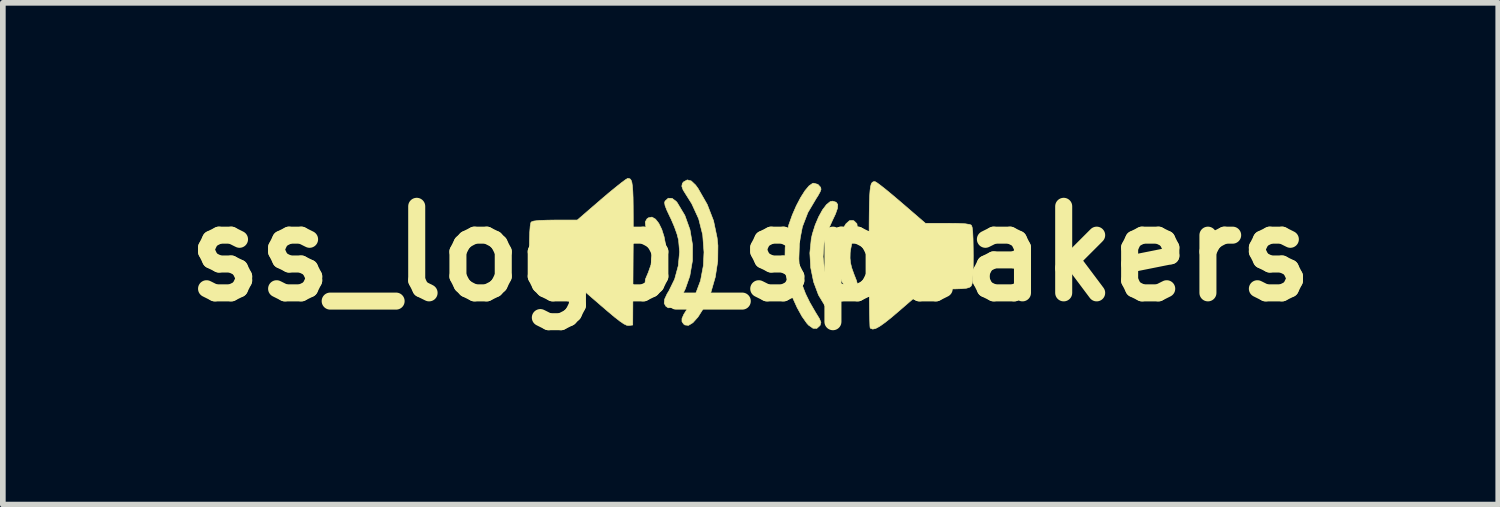
<source format=kicad_pcb>
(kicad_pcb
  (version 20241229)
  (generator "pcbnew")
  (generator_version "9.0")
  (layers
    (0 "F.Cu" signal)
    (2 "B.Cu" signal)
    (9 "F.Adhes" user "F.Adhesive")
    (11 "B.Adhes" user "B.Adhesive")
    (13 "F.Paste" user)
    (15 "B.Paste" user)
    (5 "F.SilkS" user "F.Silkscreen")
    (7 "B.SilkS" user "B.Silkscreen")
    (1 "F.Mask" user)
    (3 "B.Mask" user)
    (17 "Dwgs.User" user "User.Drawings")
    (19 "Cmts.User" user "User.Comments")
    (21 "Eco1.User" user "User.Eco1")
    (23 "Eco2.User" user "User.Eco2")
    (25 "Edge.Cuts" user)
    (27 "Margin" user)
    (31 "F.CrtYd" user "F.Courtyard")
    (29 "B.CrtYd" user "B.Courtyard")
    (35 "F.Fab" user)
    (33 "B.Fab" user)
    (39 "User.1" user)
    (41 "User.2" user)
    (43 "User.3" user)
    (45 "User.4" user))
  (footprint "ss_logo_speakers"
    (layer "F.Cu")
    (at 10.167 1.418)
    (property "Reference" "ss_logo_speakers" (at 0 0 0) (layer "F.SilkS") (effects (font (size 1.524 1.524) (thickness 0.3))))
    (attr through_hole)
    (fp_poly (pts (xy -1.673 -0.609) (xy -1.615 -0.535) (xy -1.563 -0.429) (xy -1.522 -0.3) (xy -1.495 -0.158) (xy -1.485 -0.009) (xy -1.495 0.136) (xy -1.498 0.155) (xy -1.534 0.306) (xy -1.585 0.434) (xy -1.645 0.532) (xy -1.709 0.595) (xy -1.773 0.615) (xy -1.828 0.588) (xy -1.859 0.53) (xy -1.851 0.45) (xy -1.804 0.339) (xy -1.8 0.33) (xy -1.753 0.196) (xy -1.733 0.032) (xy -1.739 -0.14) (xy -1.772 -0.298) (xy -1.801 -0.373) (xy -1.846 -0.483) (xy -1.854 -0.559) (xy -1.824 -0.613) (xy -1.799 -0.632) (xy -1.736 -0.645) (xy -1.673 -0.609)) (stroke (width 0.01) (type solid)) (fill yes) (layer "F.SilkS"))
    (fp_poly (pts (xy 1.827 -0.575) (xy 1.874 -0.528) (xy 1.882 -0.463) (xy 1.854 -0.368) (xy 1.831 -0.317) (xy 1.785 -0.19) (xy 1.758 -0.046) (xy 1.755 -0.014) (xy 1.753 0.078) (xy 1.761 0.16) (xy 1.782 0.249) (xy 1.822 0.361) (xy 1.866 0.473) (xy 1.888 0.554) (xy 1.875 0.612) (xy 1.873 0.615) (xy 1.821 0.66) (xy 1.755 0.671) (xy 1.702 0.644) (xy 1.701 0.643) (xy 1.605 0.482) (xy 1.543 0.289) (xy 1.516 0.08) (xy 1.527 -0.131) (xy 1.576 -0.33) (xy 1.615 -0.42) (xy 1.682 -0.528) (xy 1.744 -0.583) (xy 1.805 -0.586) (xy 1.827 -0.575)) (stroke (width 0.01) (type solid)) (fill yes) (layer "F.SilkS"))
    (fp_poly (pts (xy -1.381 -0.975) (xy -1.31 -0.922) (xy -1.29 -0.898) (xy -1.156 -0.674) (xy -1.066 -0.423) (xy -1.021 -0.155) (xy -1.022 0.12) (xy -1.069 0.393) (xy -1.148 0.619) (xy -1.228 0.779) (xy -1.306 0.889) (xy -1.381 0.948) (xy -1.449 0.953) (xy -1.49 0.926) (xy -1.52 0.873) (xy -1.513 0.802) (xy -1.468 0.705) (xy -1.438 0.657) (xy -1.336 0.448) (xy -1.272 0.212) (xy -1.249 -0.032) (xy -1.267 -0.24) (xy -1.294 -0.345) (xy -1.341 -0.476) (xy -1.398 -0.609) (xy -1.416 -0.645) (xy -1.473 -0.766) (xy -1.505 -0.848) (xy -1.513 -0.9) (xy -1.505 -0.927) (xy -1.449 -0.977) (xy -1.381 -0.975)) (stroke (width 0.01) (type solid)) (fill yes) (layer "F.SilkS"))
    (fp_poly (pts (xy 1.507 -0.907) (xy 1.536 -0.867) (xy 1.532 -0.801) (xy 1.497 -0.701) (xy 1.444 -0.589) (xy 1.386 -0.46) (xy 1.335 -0.326) (xy 1.301 -0.211) (xy 1.295 -0.183) (xy 1.278 0.053) (xy 1.305 0.297) (xy 1.374 0.531) (xy 1.467 0.714) (xy 1.528 0.824) (xy 1.55 0.903) (xy 1.535 0.962) (xy 1.518 0.982) (xy 1.454 1.014) (xy 1.383 0.992) (xy 1.315 0.923) (xy 1.197 0.727) (xy 1.111 0.496) (xy 1.06 0.246) (xy 1.045 -0.012) (xy 1.07 -0.262) (xy 1.089 -0.347) (xy 1.139 -0.506) (xy 1.201 -0.651) (xy 1.269 -0.774) (xy 1.339 -0.866) (xy 1.404 -0.918) (xy 1.446 -0.926) (xy 1.507 -0.907)) (stroke (width 0.01) (type solid)) (fill yes) (layer "F.SilkS"))
    (fp_poly (pts (xy -1.044 -1.282) (xy -0.967 -1.209) (xy -0.924 -1.15) (xy -0.762 -0.867) (xy -0.651 -0.581) (xy -0.588 -0.28) (xy -0.574 -0.143) (xy -0.577 0.13) (xy -0.62 0.41) (xy -0.698 0.681) (xy -0.808 0.93) (xy -0.925 1.115) (xy -1.015 1.215) (xy -1.092 1.262) (xy -1.156 1.255) (xy -1.179 1.237) (xy -1.207 1.195) (xy -1.207 1.142) (xy -1.175 1.069) (xy -1.113 0.969) (xy -0.973 0.723) (xy -0.88 0.474) (xy -0.83 0.208) (xy -0.819 -0.027) (xy -0.842 -0.333) (xy -0.913 -0.615) (xy -1.035 -0.881) (xy -1.127 -1.027) (xy -1.187 -1.123) (xy -1.21 -1.189) (xy -1.2 -1.238) (xy -1.18 -1.264) (xy -1.114 -1.3) (xy -1.044 -1.282)) (stroke (width 0.01) (type solid)) (fill yes) (layer "F.SilkS"))
    (fp_poly (pts (xy 1.187 -1.221) (xy 1.234 -1.17) (xy 1.242 -1.135) (xy 1.227 -1.092) (xy 1.188 -1.021) (xy 1.155 -0.97) (xy 1.01 -0.725) (xy 0.914 -0.475) (xy 0.862 -0.208) (xy 0.852 0.086) (xy 0.854 0.131) (xy 0.865 0.299) (xy 0.886 0.442) (xy 0.919 0.574) (xy 0.97 0.707) (xy 1.042 0.854) (xy 1.141 1.026) (xy 1.214 1.145) (xy 1.24 1.209) (xy 1.225 1.263) (xy 1.168 1.315) (xy 1.1 1.313) (xy 1.021 1.257) (xy 0.99 1.222) (xy 0.906 1.103) (xy 0.82 0.947) (xy 0.741 0.773) (xy 0.677 0.599) (xy 0.658 0.535) (xy 0.622 0.345) (xy 0.606 0.123) (xy 0.61 -0.108) (xy 0.633 -0.327) (xy 0.674 -0.508) (xy 0.735 -0.68) (xy 0.806 -0.843) (xy 0.882 -0.988) (xy 0.958 -1.108) (xy 1.03 -1.194) (xy 1.092 -1.238) (xy 1.112 -1.242) (xy 1.187 -1.221)) (stroke (width 0.01) (type solid)) (fill yes) (layer "F.SilkS"))
    (fp_poly (pts (xy -2.138 -1.324) (xy -2.118 -1.315) (xy -2.102 -1.293) (xy -2.089 -1.254) (xy -2.08 -1.193) (xy -2.073 -1.107) (xy -2.068 -0.988) (xy -2.066 -0.835) (xy -2.065 -0.64) (xy -2.065 -0.4) (xy -2.066 -0.11) (xy -2.067 0.003) (xy -2.074 1.256) (xy -2.146 1.264) (xy -2.181 1.26) (xy -2.229 1.237) (xy -2.297 1.191) (xy -2.391 1.118) (xy -2.515 1.014) (xy -2.626 0.919) (xy -3.034 0.566) (xy -3.42 0.565) (xy -3.583 0.564) (xy -3.698 0.559) (xy -3.775 0.551) (xy -3.823 0.538) (xy -3.85 0.52) (xy -3.867 0.495) (xy -3.879 0.453) (xy -3.887 0.386) (xy -3.892 0.285) (xy -3.894 0.144) (xy -3.895 -0.025) (xy -3.893 -0.23) (xy -3.888 -0.383) (xy -3.88 -0.486) (xy -3.869 -0.545) (xy -3.861 -0.559) (xy -3.818 -0.575) (xy -3.724 -0.586) (xy -3.577 -0.591) (xy -3.439 -0.593) (xy -3.051 -0.593) (xy -2.626 -0.96) (xy -2.494 -1.072) (xy -2.374 -1.17) (xy -2.275 -1.249) (xy -2.202 -1.303) (xy -2.164 -1.326) (xy -2.162 -1.326) (xy -2.138 -1.324)) (stroke (width 0.01) (type solid)) (fill yes) (layer "F.SilkS"))
    (fp_poly (pts (xy 2.224 -1.252) (xy 2.291 -1.203) (xy 2.386 -1.128) (xy 2.502 -1.032) (xy 2.633 -0.921) (xy 2.654 -0.903) (xy 3.08 -0.536) (xy 3.467 -0.536) (xy 3.653 -0.534) (xy 3.784 -0.527) (xy 3.863 -0.514) (xy 3.889 -0.502) (xy 3.903 -0.466) (xy 3.913 -0.387) (xy 3.919 -0.26) (xy 3.922 -0.083) (xy 3.923 0.032) (xy 3.922 0.217) (xy 3.919 0.354) (xy 3.914 0.451) (xy 3.906 0.515) (xy 3.893 0.555) (xy 3.879 0.577) (xy 3.85 0.595) (xy 3.801 0.608) (xy 3.722 0.616) (xy 3.605 0.62) (xy 3.448 0.622) (xy 3.062 0.622) (xy 2.655 0.974) (xy 2.495 1.111) (xy 2.37 1.211) (xy 2.274 1.279) (xy 2.204 1.317) (xy 2.153 1.328) (xy 2.116 1.315) (xy 2.107 1.308) (xy 2.103 1.276) (xy 2.1 1.194) (xy 2.096 1.068) (xy 2.094 0.902) (xy 2.091 0.703) (xy 2.09 0.476) (xy 2.089 0.228) (xy 2.088 0.043) (xy 2.089 -0.263) (xy 2.089 -0.518) (xy 2.091 -0.725) (xy 2.094 -0.891) (xy 2.098 -1.019) (xy 2.105 -1.114) (xy 2.114 -1.182) (xy 2.126 -1.227) (xy 2.141 -1.253) (xy 2.16 -1.266) (xy 2.182 -1.27) (xy 2.192 -1.27) (xy 2.224 -1.252)) (stroke (width 0.01) (type solid)) (fill yes) (layer "F.SilkS")))
  (gr_rect
    (start -3 -3)
    (end 23.335 5.836)
    (stroke (width 0.1) (type default))
    (fill no)
    (layer "Edge.Cuts")))
</source>
